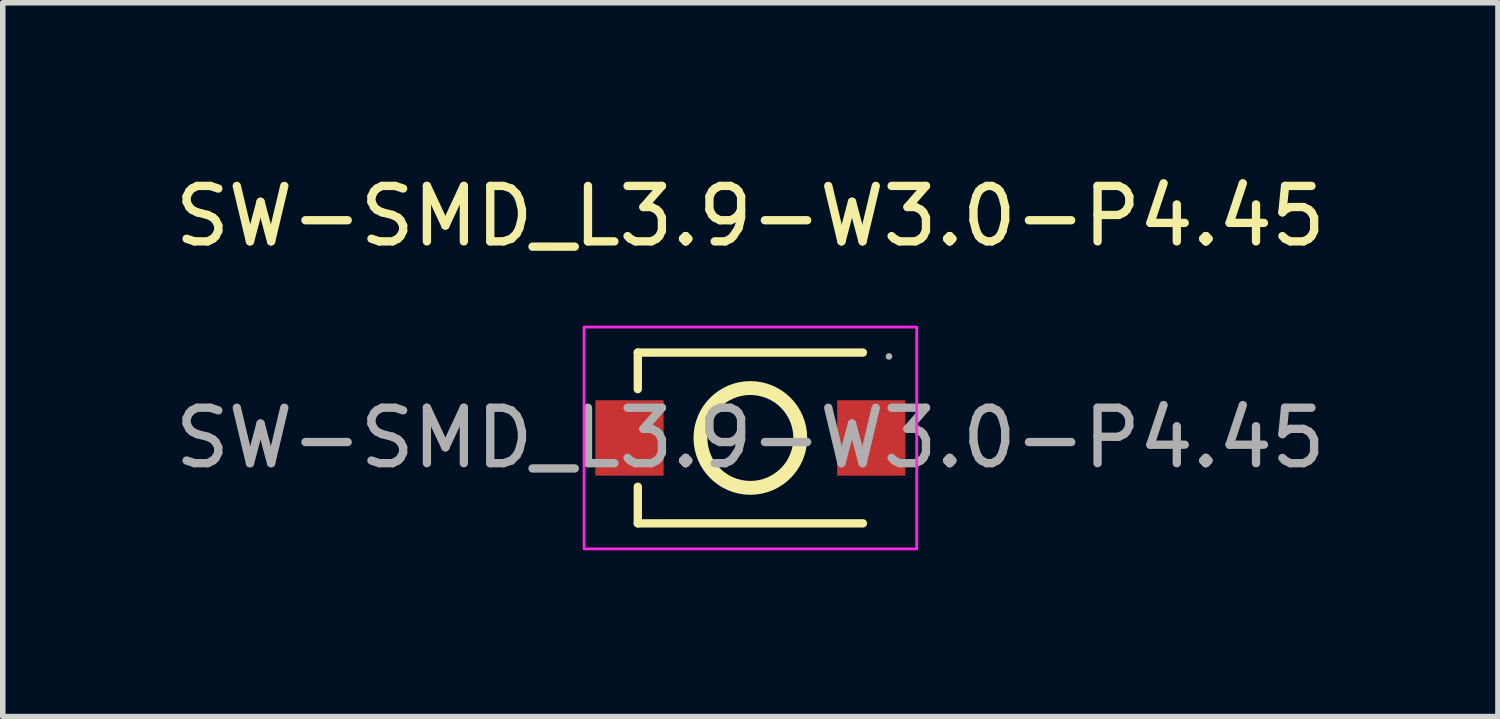
<source format=kicad_pcb>
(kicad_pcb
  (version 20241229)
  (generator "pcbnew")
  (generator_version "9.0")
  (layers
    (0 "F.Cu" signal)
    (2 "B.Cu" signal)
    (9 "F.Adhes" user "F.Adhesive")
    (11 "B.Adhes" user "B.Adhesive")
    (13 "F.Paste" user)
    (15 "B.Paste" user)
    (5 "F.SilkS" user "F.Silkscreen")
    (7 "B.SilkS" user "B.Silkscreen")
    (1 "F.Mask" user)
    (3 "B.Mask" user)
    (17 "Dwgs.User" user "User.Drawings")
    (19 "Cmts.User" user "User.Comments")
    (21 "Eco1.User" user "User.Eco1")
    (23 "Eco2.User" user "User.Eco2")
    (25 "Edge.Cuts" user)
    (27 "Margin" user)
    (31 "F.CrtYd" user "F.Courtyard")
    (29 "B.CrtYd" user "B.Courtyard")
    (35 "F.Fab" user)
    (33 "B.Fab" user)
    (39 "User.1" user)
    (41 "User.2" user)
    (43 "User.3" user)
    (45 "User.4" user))
  (footprint "SW-SMD_L3.9-W3.0-P4.45"
    (layer "F.Cu")
    (at 10.482 4.848)
    (property "Reference" "SW-SMD_L3.9-W3.0-P4.45" (at 0 -4 0) (layer "F.SilkS") (effects (font (size 1 1) (thickness 0.15))))
    (attr smd)
    (fp_line (start -2.03 -1.54) (end -2.03 -0.88) (stroke (width 0.15) (type solid)) (layer "F.SilkS"))
    (fp_line (start -2.03 1.54) (end -2.03 0.88) (stroke (width 0.15) (type solid)) (layer "F.SilkS"))
    (fp_line (start 2.03 -1.54) (end -2.03 -1.54) (stroke (width 0.15) (type solid)) (layer "F.SilkS"))
    (fp_line (start 2.03 1.54) (end -2.03 1.54) (stroke (width 0.15) (type solid)) (layer "F.SilkS"))
    (fp_circle (center 0 0) (end 0.9 0) (stroke (width 0.25) (type solid)) (fill no) (layer "F.SilkS"))
    (fp_rect (start -3 -2) (end 3 2) (stroke (width 0.05) (type default)) (fill no) (layer "F.CrtYd"))
    (fp_circle (center 2.5 -1.47) (end 2.53 -1.47) (stroke (width 0.06) (type solid)) (fill no) (layer "F.Fab"))
    (fp_text user "${REFERENCE}" (at 0 0 0) (layer "F.Fab") (effects (font (size 1 1) (thickness 0.15))))
    (pad "1" smd rect (at -2.18 0) (size 1.23 1.36) (layers "F.Cu" "F.Mask" "F.Paste"))
    (pad "2" smd rect (at 2.18 0) (size 1.23 1.36) (layers "F.Cu" "F.Mask" "F.Paste")))
  (gr_rect
    (start -3 -3)
    (end 23.964 9.873)
    (stroke (width 0.1) (type default))
    (fill no)
    (layer "Edge.Cuts")))
</source>
